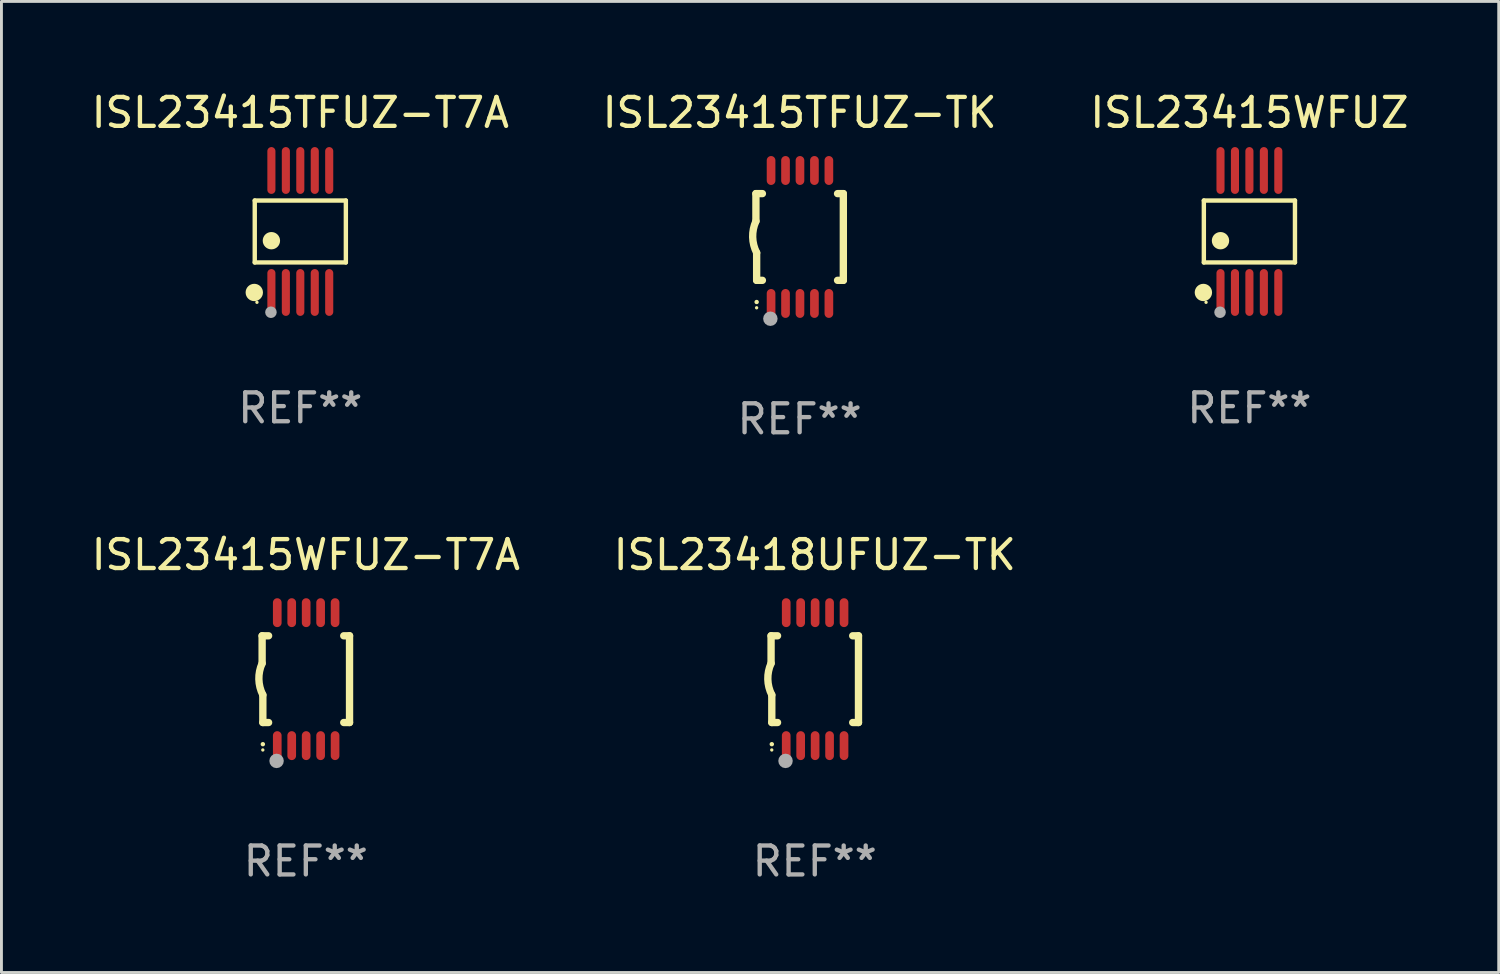
<source format=kicad_pcb>
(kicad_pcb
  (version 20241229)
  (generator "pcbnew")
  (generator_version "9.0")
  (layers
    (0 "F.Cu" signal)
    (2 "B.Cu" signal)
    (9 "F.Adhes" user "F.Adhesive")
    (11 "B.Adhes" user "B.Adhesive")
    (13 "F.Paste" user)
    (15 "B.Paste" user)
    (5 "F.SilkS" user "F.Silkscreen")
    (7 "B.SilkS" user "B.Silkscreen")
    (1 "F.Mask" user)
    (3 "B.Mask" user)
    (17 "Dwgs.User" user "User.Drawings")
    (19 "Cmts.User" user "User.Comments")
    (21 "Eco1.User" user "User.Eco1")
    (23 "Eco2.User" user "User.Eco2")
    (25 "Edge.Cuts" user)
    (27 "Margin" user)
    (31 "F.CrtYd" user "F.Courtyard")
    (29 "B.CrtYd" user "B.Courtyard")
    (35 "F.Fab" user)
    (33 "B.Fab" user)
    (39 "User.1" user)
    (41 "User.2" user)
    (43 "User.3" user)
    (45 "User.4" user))
  (footprint "ISL23415TFUZ-T7A"
    (layer "F.Cu")
    (at 7.339 4.958)
    (property "Reference" "ISL23415TFUZ-T7A" (at 0 -4.11 0) (layer "F.SilkS") (effects (font (size 1 1) (thickness 0.15))))
    (attr through_hole)
    (fp_line (start -1.576 -1.071) (end 1.576 -1.071) (stroke (width 0.152) (type solid)) (layer "F.SilkS"))
    (fp_line (start -1.576 1.071) (end -1.576 -1.071) (stroke (width 0.152) (type solid)) (layer "F.SilkS"))
    (fp_line (start 1.576 -1.071) (end 1.576 1.071) (stroke (width 0.152) (type solid)) (layer "F.SilkS"))
    (fp_line (start 1.576 1.071) (end -1.576 1.071) (stroke (width 0.152) (type solid)) (layer "F.SilkS"))
    (fp_circle (center -1.592 2.11) (end -1.442 2.11) (stroke (width 0.3) (type solid)) (fill no) (layer "F.SilkS"))
    (fp_circle (center -1.5 2.45) (end -1.47 2.45) (stroke (width 0.06) (type solid)) (fill no) (layer "F.SilkS"))
    (fp_circle (center -1 0.319) (end -0.85 0.319) (stroke (width 0.3) (type solid)) (fill no) (layer "F.SilkS"))
    (fp_circle (center -1.016 2.794) (end -0.916 2.794) (stroke (width 0.2) (type solid)) (fill no) (layer "F.Fab"))
    (fp_text user "REF**" (at 0 6.11 0) (layer "F.Fab") (effects (font (size 1 1) (thickness 0.15))))
    (pad "1" smd oval (at -1 2.11) (size 0.28 1.62) (layers "F.Cu" "F.Mask" "F.Paste"))
    (pad "2" smd oval (at -0.5 2.11) (size 0.28 1.62) (layers "F.Cu" "F.Mask" "F.Paste"))
    (pad "3" smd oval (at 0 2.11) (size 0.28 1.62) (layers "F.Cu" "F.Mask" "F.Paste"))
    (pad "4" smd oval (at 0.5 2.11) (size 0.28 1.62) (layers "F.Cu" "F.Mask" "F.Paste"))
    (pad "5" smd oval (at 1 2.11) (size 0.28 1.62) (layers "F.Cu" "F.Mask" "F.Paste"))
    (pad "6" smd oval (at 1 -2.11) (size 0.28 1.62) (layers "F.Cu" "F.Mask" "F.Paste"))
    (pad "7" smd oval (at 0.5 -2.11) (size 0.28 1.62) (layers "F.Cu" "F.Mask" "F.Paste"))
    (pad "8" smd oval (at 0 -2.11) (size 0.28 1.62) (layers "F.Cu" "F.Mask" "F.Paste"))
    (pad "9" smd oval (at -0.5 -2.11) (size 0.28 1.62) (layers "F.Cu" "F.Mask" "F.Paste"))
    (pad "10" smd oval (at -1 -2.11) (size 0.28 1.62) (layers "F.Cu" "F.Mask" "F.Paste")))
  (footprint "ISL23415TFUZ-TK"
    (layer "F.Cu")
    (at 24.613 5.148)
    (property "Reference" "ISL23415TFUZ-TK" (at 0 -4.3 0) (layer "F.SilkS") (effects (font (size 1 1) (thickness 0.15))))
    (attr through_hole)
    (fp_line (start -1.512 -1.5) (end -1.512 -0.546) (stroke (width 0.254) (type solid)) (layer "F.SilkS"))
    (fp_line (start -1.487 0.546) (end -1.487 1.5) (stroke (width 0.254) (type solid)) (layer "F.SilkS"))
    (fp_line (start -1.288 -1.5) (end -1.512 -1.5) (stroke (width 0.254) (type solid)) (layer "F.SilkS"))
    (fp_line (start -1.288 1.5) (end -1.487 1.5) (stroke (width 0.254) (type solid)) (layer "F.SilkS"))
    (fp_line (start 1.512 -1.5) (end 1.312 -1.5) (stroke (width 0.254) (type solid)) (layer "F.SilkS"))
    (fp_line (start 1.512 -1.5) (end 1.512 1.5) (stroke (width 0.254) (type solid)) (layer "F.SilkS"))
    (fp_line (start 1.512 1.5) (end 1.312 1.5) (stroke (width 0.254) (type solid)) (layer "F.SilkS"))
    (fp_arc (start -1.487998 2.250013) (mid -1.486728 2.250007) (end -1.485458 2.250013) (stroke (width 0.150013) (type solid)) (layer "F.SilkS"))
    (fp_arc (start -1.486602 0.546102) (mid -1.624196 0.002905) (end -1.512002 -0.546101) (stroke (width 0.254001) (type solid)) (layer "F.SilkS"))
    (fp_circle (center -1.488 2.45) (end -1.458 2.45) (stroke (width 0.06) (type solid)) (fill no) (layer "F.SilkS"))
    (fp_circle (center -1.012 2.828) (end -0.887 2.828) (stroke (width 0.25) (type solid)) (fill no) (layer "F.Fab"))
    (fp_text user "REF**" (at 0 6.3 0) (layer "F.Fab") (effects (font (size 1 1) (thickness 0.15))))
    (pad "1" smd oval (at -0.988 2.3) (size 0.3 1) (layers "F.Cu" "F.Mask" "F.Paste"))
    (pad "2" smd oval (at -0.488 2.3) (size 0.3 1) (layers "F.Cu" "F.Mask" "F.Paste"))
    (pad "3" smd oval (at 0.012 2.3) (size 0.3 1) (layers "F.Cu" "F.Mask" "F.Paste"))
    (pad "4" smd oval (at 0.512 2.3) (size 0.3 1) (layers "F.Cu" "F.Mask" "F.Paste"))
    (pad "5" smd oval (at 1.012 2.3) (size 0.3 1) (layers "F.Cu" "F.Mask" "F.Paste"))
    (pad "6" smd oval (at 1.012 -2.3) (size 0.3 1) (layers "F.Cu" "F.Mask" "F.Paste"))
    (pad "7" smd oval (at 0.512 -2.3) (size 0.3 1) (layers "F.Cu" "F.Mask" "F.Paste"))
    (pad "8" smd oval (at 0.012 -2.3) (size 0.3 1) (layers "F.Cu" "F.Mask" "F.Paste"))
    (pad "9" smd oval (at -0.488 -2.3) (size 0.3 1) (layers "F.Cu" "F.Mask" "F.Paste"))
    (pad "10" smd oval (at -0.988 -2.3) (size 0.3 1) (layers "F.Cu" "F.Mask" "F.Paste")))
  (footprint "ISL23415WFUZ-T7A"
    (layer "F.Cu")
    (at 7.53 20.445)
    (property "Reference" "ISL23415WFUZ-T7A" (at 0 -4.3 0) (layer "F.SilkS") (effects (font (size 1 1) (thickness 0.15))))
    (attr through_hole)
    (fp_line (start -1.512 -1.5) (end -1.512 -0.546) (stroke (width 0.254) (type solid)) (layer "F.SilkS"))
    (fp_line (start -1.487 0.546) (end -1.487 1.5) (stroke (width 0.254) (type solid)) (layer "F.SilkS"))
    (fp_line (start -1.288 -1.5) (end -1.512 -1.5) (stroke (width 0.254) (type solid)) (layer "F.SilkS"))
    (fp_line (start -1.288 1.5) (end -1.487 1.5) (stroke (width 0.254) (type solid)) (layer "F.SilkS"))
    (fp_line (start 1.512 -1.5) (end 1.312 -1.5) (stroke (width 0.254) (type solid)) (layer "F.SilkS"))
    (fp_line (start 1.512 -1.5) (end 1.512 1.5) (stroke (width 0.254) (type solid)) (layer "F.SilkS"))
    (fp_line (start 1.512 1.5) (end 1.312 1.5) (stroke (width 0.254) (type solid)) (layer "F.SilkS"))
    (fp_arc (start -1.487998 2.250013) (mid -1.486728 2.250007) (end -1.485458 2.250013) (stroke (width 0.150013) (type solid)) (layer "F.SilkS"))
    (fp_arc (start -1.486602 0.546102) (mid -1.624196 0.002905) (end -1.512002 -0.546101) (stroke (width 0.254001) (type solid)) (layer "F.SilkS"))
    (fp_circle (center -1.488 2.45) (end -1.458 2.45) (stroke (width 0.06) (type solid)) (fill no) (layer "F.SilkS"))
    (fp_circle (center -1.012 2.828) (end -0.887 2.828) (stroke (width 0.25) (type solid)) (fill no) (layer "F.Fab"))
    (fp_text user "REF**" (at 0 6.3 0) (layer "F.Fab") (effects (font (size 1 1) (thickness 0.15))))
    (pad "1" smd oval (at -0.988 2.3) (size 0.3 1) (layers "F.Cu" "F.Mask" "F.Paste"))
    (pad "2" smd oval (at -0.488 2.3) (size 0.3 1) (layers "F.Cu" "F.Mask" "F.Paste"))
    (pad "3" smd oval (at 0.012 2.3) (size 0.3 1) (layers "F.Cu" "F.Mask" "F.Paste"))
    (pad "4" smd oval (at 0.512 2.3) (size 0.3 1) (layers "F.Cu" "F.Mask" "F.Paste"))
    (pad "5" smd oval (at 1.012 2.3) (size 0.3 1) (layers "F.Cu" "F.Mask" "F.Paste"))
    (pad "6" smd oval (at 1.012 -2.3) (size 0.3 1) (layers "F.Cu" "F.Mask" "F.Paste"))
    (pad "7" smd oval (at 0.512 -2.3) (size 0.3 1) (layers "F.Cu" "F.Mask" "F.Paste"))
    (pad "8" smd oval (at 0.012 -2.3) (size 0.3 1) (layers "F.Cu" "F.Mask" "F.Paste"))
    (pad "9" smd oval (at -0.488 -2.3) (size 0.3 1) (layers "F.Cu" "F.Mask" "F.Paste"))
    (pad "10" smd oval (at -0.988 -2.3) (size 0.3 1) (layers "F.Cu" "F.Mask" "F.Paste")))
  (footprint "ISL23415WFUZ"
    (layer "F.Cu")
    (at 40.173 4.958)
    (property "Reference" "ISL23415WFUZ" (at 0 -4.11 0) (layer "F.SilkS") (effects (font (size 1 1) (thickness 0.15))))
    (attr through_hole)
    (fp_line (start -1.576 -1.071) (end 1.576 -1.071) (stroke (width 0.152) (type solid)) (layer "F.SilkS"))
    (fp_line (start -1.576 1.071) (end -1.576 -1.071) (stroke (width 0.152) (type solid)) (layer "F.SilkS"))
    (fp_line (start 1.576 -1.071) (end 1.576 1.071) (stroke (width 0.152) (type solid)) (layer "F.SilkS"))
    (fp_line (start 1.576 1.071) (end -1.576 1.071) (stroke (width 0.152) (type solid)) (layer "F.SilkS"))
    (fp_circle (center -1.592 2.11) (end -1.442 2.11) (stroke (width 0.3) (type solid)) (fill no) (layer "F.SilkS"))
    (fp_circle (center -1.5 2.45) (end -1.47 2.45) (stroke (width 0.06) (type solid)) (fill no) (layer "F.SilkS"))
    (fp_circle (center -1 0.319) (end -0.85 0.319) (stroke (width 0.3) (type solid)) (fill no) (layer "F.SilkS"))
    (fp_circle (center -1.016 2.794) (end -0.916 2.794) (stroke (width 0.2) (type solid)) (fill no) (layer "F.Fab"))
    (fp_text user "REF**" (at 0 6.11 0) (layer "F.Fab") (effects (font (size 1 1) (thickness 0.15))))
    (pad "1" smd oval (at -1 2.11) (size 0.28 1.62) (layers "F.Cu" "F.Mask" "F.Paste"))
    (pad "2" smd oval (at -0.5 2.11) (size 0.28 1.62) (layers "F.Cu" "F.Mask" "F.Paste"))
    (pad "3" smd oval (at 0 2.11) (size 0.28 1.62) (layers "F.Cu" "F.Mask" "F.Paste"))
    (pad "4" smd oval (at 0.5 2.11) (size 0.28 1.62) (layers "F.Cu" "F.Mask" "F.Paste"))
    (pad "5" smd oval (at 1 2.11) (size 0.28 1.62) (layers "F.Cu" "F.Mask" "F.Paste"))
    (pad "6" smd oval (at 1 -2.11) (size 0.28 1.62) (layers "F.Cu" "F.Mask" "F.Paste"))
    (pad "7" smd oval (at 0.5 -2.11) (size 0.28 1.62) (layers "F.Cu" "F.Mask" "F.Paste"))
    (pad "8" smd oval (at 0 -2.11) (size 0.28 1.62) (layers "F.Cu" "F.Mask" "F.Paste"))
    (pad "9" smd oval (at -0.5 -2.11) (size 0.28 1.62) (layers "F.Cu" "F.Mask" "F.Paste"))
    (pad "10" smd oval (at -1 -2.11) (size 0.28 1.62) (layers "F.Cu" "F.Mask" "F.Paste")))
  (footprint "ISL23418UFUZ-TK"
    (layer "F.Cu")
    (at 25.137 20.445)
    (property "Reference" "ISL23418UFUZ-TK" (at 0 -4.3 0) (layer "F.SilkS") (effects (font (size 1 1) (thickness 0.15))))
    (attr through_hole)
    (fp_line (start -1.512 -1.5) (end -1.512 -0.546) (stroke (width 0.254) (type solid)) (layer "F.SilkS"))
    (fp_line (start -1.487 0.546) (end -1.487 1.5) (stroke (width 0.254) (type solid)) (layer "F.SilkS"))
    (fp_line (start -1.288 -1.5) (end -1.512 -1.5) (stroke (width 0.254) (type solid)) (layer "F.SilkS"))
    (fp_line (start -1.288 1.5) (end -1.487 1.5) (stroke (width 0.254) (type solid)) (layer "F.SilkS"))
    (fp_line (start 1.512 -1.5) (end 1.312 -1.5) (stroke (width 0.254) (type solid)) (layer "F.SilkS"))
    (fp_line (start 1.512 -1.5) (end 1.512 1.5) (stroke (width 0.254) (type solid)) (layer "F.SilkS"))
    (fp_line (start 1.512 1.5) (end 1.312 1.5) (stroke (width 0.254) (type solid)) (layer "F.SilkS"))
    (fp_arc (start -1.487998 2.250013) (mid -1.486728 2.250007) (end -1.485458 2.250013) (stroke (width 0.150013) (type solid)) (layer "F.SilkS"))
    (fp_arc (start -1.486602 0.546102) (mid -1.624196 0.002905) (end -1.512002 -0.546101) (stroke (width 0.254001) (type solid)) (layer "F.SilkS"))
    (fp_circle (center -1.488 2.45) (end -1.458 2.45) (stroke (width 0.06) (type solid)) (fill no) (layer "F.SilkS"))
    (fp_circle (center -1.012 2.828) (end -0.887 2.828) (stroke (width 0.25) (type solid)) (fill no) (layer "F.Fab"))
    (fp_text user "REF**" (at 0 6.3 0) (layer "F.Fab") (effects (font (size 1 1) (thickness 0.15))))
    (pad "1" smd oval (at -0.988 2.3) (size 0.3 1) (layers "F.Cu" "F.Mask" "F.Paste"))
    (pad "2" smd oval (at -0.488 2.3) (size 0.3 1) (layers "F.Cu" "F.Mask" "F.Paste"))
    (pad "3" smd oval (at 0.012 2.3) (size 0.3 1) (layers "F.Cu" "F.Mask" "F.Paste"))
    (pad "4" smd oval (at 0.512 2.3) (size 0.3 1) (layers "F.Cu" "F.Mask" "F.Paste"))
    (pad "5" smd oval (at 1.012 2.3) (size 0.3 1) (layers "F.Cu" "F.Mask" "F.Paste"))
    (pad "6" smd oval (at 1.012 -2.3) (size 0.3 1) (layers "F.Cu" "F.Mask" "F.Paste"))
    (pad "7" smd oval (at 0.512 -2.3) (size 0.3 1) (layers "F.Cu" "F.Mask" "F.Paste"))
    (pad "8" smd oval (at 0.012 -2.3) (size 0.3 1) (layers "F.Cu" "F.Mask" "F.Paste"))
    (pad "9" smd oval (at -0.488 -2.3) (size 0.3 1) (layers "F.Cu" "F.Mask" "F.Paste"))
    (pad "10" smd oval (at -0.988 -2.3) (size 0.3 1) (layers "F.Cu" "F.Mask" "F.Paste")))
  (gr_rect
    (start -3 -3)
    (end 48.798 30.593)
    (stroke (width 0.1) (type default))
    (fill no)
    (layer "Edge.Cuts")))
</source>
